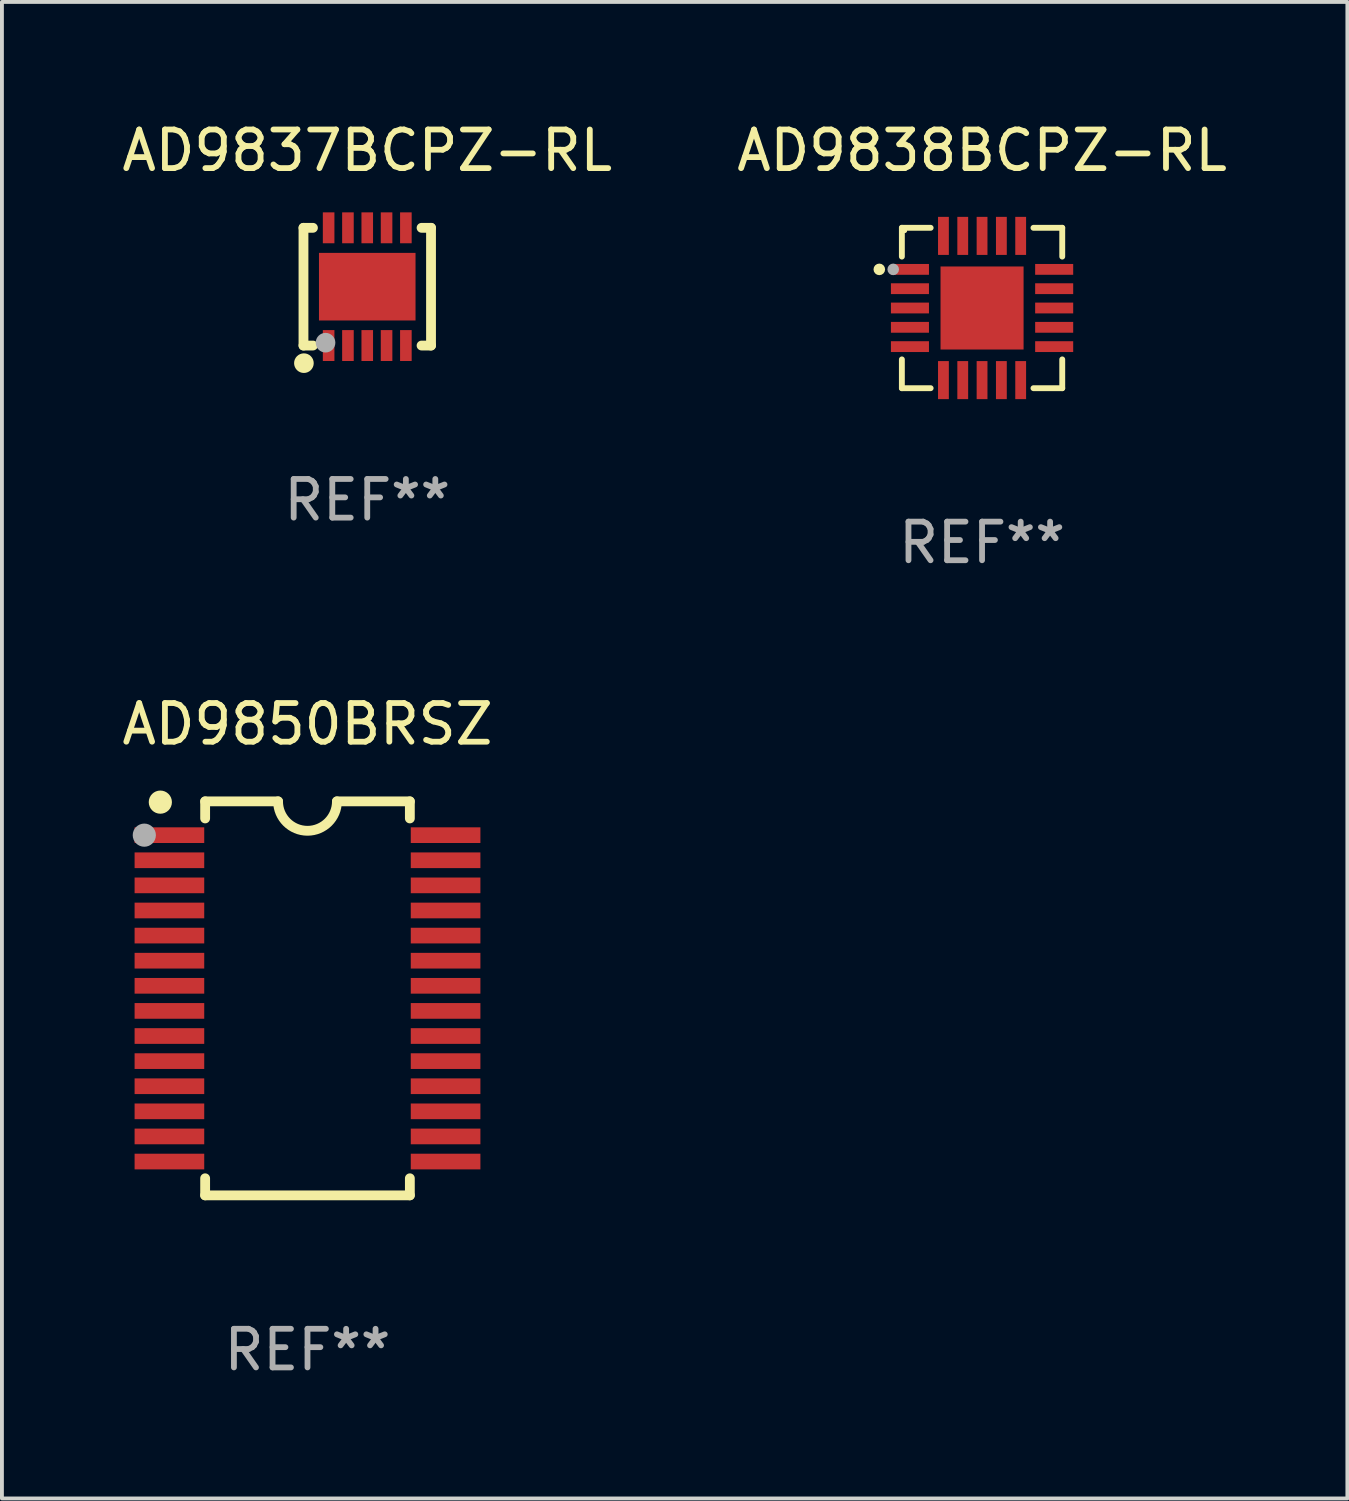
<source format=kicad_pcb>
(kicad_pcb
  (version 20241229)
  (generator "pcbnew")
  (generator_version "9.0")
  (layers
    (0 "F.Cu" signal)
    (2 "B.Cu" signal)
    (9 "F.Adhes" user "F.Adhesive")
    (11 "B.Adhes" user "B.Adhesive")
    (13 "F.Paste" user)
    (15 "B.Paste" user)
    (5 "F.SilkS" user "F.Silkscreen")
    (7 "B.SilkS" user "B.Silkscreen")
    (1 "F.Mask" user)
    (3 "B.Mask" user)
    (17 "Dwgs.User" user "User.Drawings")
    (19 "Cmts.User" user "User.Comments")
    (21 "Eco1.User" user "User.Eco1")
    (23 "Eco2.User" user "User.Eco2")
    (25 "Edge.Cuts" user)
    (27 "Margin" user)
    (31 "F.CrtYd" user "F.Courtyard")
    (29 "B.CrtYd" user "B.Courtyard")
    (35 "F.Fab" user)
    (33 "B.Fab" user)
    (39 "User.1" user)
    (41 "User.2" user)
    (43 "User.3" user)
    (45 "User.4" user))
  (footprint "AD9838BCPZ-RL"
    (layer "F.Cu")
    (at 22.375 4.924)
    (property "Reference" "AD9838BCPZ-RL" (at 0 -4.076 0) (layer "F.SilkS") (effects (font (size 1 1) (thickness 0.15))))
    (attr through_hole)
    (fp_line (start -2.076 -2.076) (end -2.076 -1.331) (stroke (width 0.152) (type solid)) (layer "F.SilkS"))
    (fp_line (start -2.076 2.076) (end -2.076 1.331) (stroke (width 0.152) (type solid)) (layer "F.SilkS"))
    (fp_line (start -1.331 -2.076) (end -2.076 -2.076) (stroke (width 0.152) (type solid)) (layer "F.SilkS"))
    (fp_line (start -1.331 2.076) (end -2.076 2.076) (stroke (width 0.152) (type solid)) (layer "F.SilkS"))
    (fp_line (start 1.331 -2.076) (end 2.076 -2.076) (stroke (width 0.152) (type solid)) (layer "F.SilkS"))
    (fp_line (start 1.331 2.076) (end 2.076 2.076) (stroke (width 0.152) (type solid)) (layer "F.SilkS"))
    (fp_line (start 2.076 -2.076) (end 2.076 -1.331) (stroke (width 0.152) (type solid)) (layer "F.SilkS"))
    (fp_line (start 2.076 2.076) (end 2.076 1.331) (stroke (width 0.152) (type solid)) (layer "F.SilkS"))
    (fp_circle (center -2.66 -1) (end -2.585 -1) (stroke (width 0.15) (type solid)) (fill no) (layer "F.SilkS"))
    (fp_circle (center -2 -2) (end -1.97 -2) (stroke (width 0.06) (type solid)) (fill no) (layer "F.SilkS"))
    (fp_circle (center -2.3 -1) (end -2.225 -1) (stroke (width 0.15) (type solid)) (fill no) (layer "F.Fab"))
    (fp_text user "REF**" (at 0 6.076 0) (layer "F.Fab") (effects (font (size 1 1) (thickness 0.15))))
    (pad "1" smd rect (at -1.867 -1) (size 0.985 0.28) (layers "F.Cu" "F.Mask" "F.Paste"))
    (pad "2" smd rect (at -1.867 -0.5) (size 0.985 0.28) (layers "F.Cu" "F.Mask" "F.Paste"))
    (pad "3" smd rect (at -1.867 0) (size 0.985 0.28) (layers "F.Cu" "F.Mask" "F.Paste"))
    (pad "4" smd rect (at -1.867 0.5) (size 0.985 0.28) (layers "F.Cu" "F.Mask" "F.Paste"))
    (pad "5" smd rect (at -1.867 1) (size 0.985 0.28) (layers "F.Cu" "F.Mask" "F.Paste"))
    (pad "6" smd rect (at -1 1.867) (size 0.28 0.985) (layers "F.Cu" "F.Mask" "F.Paste"))
    (pad "7" smd rect (at -0.5 1.867) (size 0.28 0.985) (layers "F.Cu" "F.Mask" "F.Paste"))
    (pad "8" smd rect (at 0 1.867) (size 0.28 0.985) (layers "F.Cu" "F.Mask" "F.Paste"))
    (pad "9" smd rect (at 0.5 1.867) (size 0.28 0.985) (layers "F.Cu" "F.Mask" "F.Paste"))
    (pad "10" smd rect (at 1 1.867) (size 0.28 0.985) (layers "F.Cu" "F.Mask" "F.Paste"))
    (pad "11" smd rect (at 1.867 1) (size 0.985 0.28) (layers "F.Cu" "F.Mask" "F.Paste"))
    (pad "12" smd rect (at 1.867 0.5) (size 0.985 0.28) (layers "F.Cu" "F.Mask" "F.Paste"))
    (pad "13" smd rect (at 1.867 0) (size 0.985 0.28) (layers "F.Cu" "F.Mask" "F.Paste"))
    (pad "14" smd rect (at 1.867 -0.5) (size 0.985 0.28) (layers "F.Cu" "F.Mask" "F.Paste"))
    (pad "15" smd rect (at 1.867 -1) (size 0.985 0.28) (layers "F.Cu" "F.Mask" "F.Paste"))
    (pad "16" smd rect (at 1 -1.867) (size 0.28 0.985) (layers "F.Cu" "F.Mask" "F.Paste"))
    (pad "17" smd rect (at 0.5 -1.867) (size 0.28 0.985) (layers "F.Cu" "F.Mask" "F.Paste"))
    (pad "18" smd rect (at 0 -1.867) (size 0.28 0.985) (layers "F.Cu" "F.Mask" "F.Paste"))
    (pad "19" smd rect (at -0.5 -1.867) (size 0.28 0.985) (layers "F.Cu" "F.Mask" "F.Paste"))
    (pad "20" smd rect (at -1 -1.867) (size 0.28 0.985) (layers "F.Cu" "F.Mask" "F.Paste"))
    (pad "21" smd rect (at 0 0) (size 2.15 2.15) (layers "F.Cu" "F.Mask" "F.Paste")))
  (footprint "AD9850BRSZ"
    (layer "F.Cu")
    (at 4.911 22.797)
    (property "Reference" "AD9850BRSZ" (at 0 -7.1 0) (layer "F.SilkS") (effects (font (size 1 1) (thickness 0.15))))
    (attr through_hole)
    (fp_line (start -2.65 -5.1) (end -0.762 -5.1) (stroke (width 0.254) (type solid)) (layer "F.SilkS"))
    (fp_line (start -2.65 -4.658) (end -2.65 -5.1) (stroke (width 0.254) (type solid)) (layer "F.SilkS"))
    (fp_line (start -2.65 5.1) (end -2.65 4.658) (stroke (width 0.254) (type solid)) (layer "F.SilkS"))
    (fp_line (start -2.65 5.1) (end 2.65 5.1) (stroke (width 0.254) (type solid)) (layer "F.SilkS"))
    (fp_line (start 2.65 -5.1) (end 0.762 -5.1) (stroke (width 0.254) (type solid)) (layer "F.SilkS"))
    (fp_line (start 2.65 -5.1) (end 2.65 -4.658) (stroke (width 0.254) (type solid)) (layer "F.SilkS"))
    (fp_line (start 2.65 4.658) (end 2.65 5.1) (stroke (width 0.254) (type solid)) (layer "F.SilkS"))
    (fp_arc (start 0.761925 -5.1) (mid -0.000241 -4.338329) (end -0.762077 -5.10033) (stroke (width 0.254001) (type solid)) (layer "F.SilkS"))
    (fp_circle (center -3.858 -5.07) (end -3.828 -5.07) (stroke (width 0.06) (type solid)) (fill no) (layer "F.SilkS"))
    (fp_circle (center -3.81 -5.08) (end -3.66 -5.08) (stroke (width 0.3) (type solid)) (fill no) (layer "F.SilkS"))
    (fp_circle (center -4.225 -4.225) (end -4.075 -4.225) (stroke (width 0.3) (type solid)) (fill no) (layer "F.Fab"))
    (fp_text user "REF**" (at 0 9.1 0) (layer "F.Fab") (effects (font (size 1 1) (thickness 0.15))))
    (pad "1" smd rect (at -3.575 -4.225) (size 1.803 0.406) (layers "F.Cu" "F.Mask" "F.Paste"))
    (pad "2" smd rect (at -3.575 -3.575) (size 1.803 0.406) (layers "F.Cu" "F.Mask" "F.Paste"))
    (pad "3" smd rect (at -3.575 -2.925) (size 1.803 0.406) (layers "F.Cu" "F.Mask" "F.Paste"))
    (pad "4" smd rect (at -3.575 -2.275) (size 1.803 0.406) (layers "F.Cu" "F.Mask" "F.Paste"))
    (pad "5" smd rect (at -3.575 -1.625) (size 1.803 0.406) (layers "F.Cu" "F.Mask" "F.Paste"))
    (pad "6" smd rect (at -3.575 -0.975) (size 1.803 0.406) (layers "F.Cu" "F.Mask" "F.Paste"))
    (pad "7" smd rect (at -3.575 -0.325) (size 1.803 0.406) (layers "F.Cu" "F.Mask" "F.Paste"))
    (pad "8" smd rect (at -3.575 0.325) (size 1.803 0.406) (layers "F.Cu" "F.Mask" "F.Paste"))
    (pad "9" smd rect (at -3.575 0.975) (size 1.803 0.406) (layers "F.Cu" "F.Mask" "F.Paste"))
    (pad "10" smd rect (at -3.575 1.625) (size 1.803 0.406) (layers "F.Cu" "F.Mask" "F.Paste"))
    (pad "11" smd rect (at -3.575 2.275) (size 1.803 0.406) (layers "F.Cu" "F.Mask" "F.Paste"))
    (pad "12" smd rect (at -3.575 2.925) (size 1.803 0.406) (layers "F.Cu" "F.Mask" "F.Paste"))
    (pad "13" smd rect (at -3.575 3.575) (size 1.803 0.406) (layers "F.Cu" "F.Mask" "F.Paste"))
    (pad "14" smd rect (at -3.575 4.225) (size 1.803 0.406) (layers "F.Cu" "F.Mask" "F.Paste"))
    (pad "15" smd rect (at 3.575 4.225) (size 1.803 0.406) (layers "F.Cu" "F.Mask" "F.Paste"))
    (pad "16" smd rect (at 3.575 3.575) (size 1.803 0.406) (layers "F.Cu" "F.Mask" "F.Paste"))
    (pad "17" smd rect (at 3.575 2.925) (size 1.803 0.406) (layers "F.Cu" "F.Mask" "F.Paste"))
    (pad "18" smd rect (at 3.575 2.275) (size 1.803 0.406) (layers "F.Cu" "F.Mask" "F.Paste"))
    (pad "19" smd rect (at 3.575 1.625) (size 1.803 0.406) (layers "F.Cu" "F.Mask" "F.Paste"))
    (pad "20" smd rect (at 3.575 0.975) (size 1.803 0.406) (layers "F.Cu" "F.Mask" "F.Paste"))
    (pad "21" smd rect (at 3.575 0.325) (size 1.803 0.406) (layers "F.Cu" "F.Mask" "F.Paste"))
    (pad "22" smd rect (at 3.575 -0.325) (size 1.803 0.406) (layers "F.Cu" "F.Mask" "F.Paste"))
    (pad "23" smd rect (at 3.575 -0.975) (size 1.803 0.406) (layers "F.Cu" "F.Mask" "F.Paste"))
    (pad "24" smd rect (at 3.575 -1.625) (size 1.803 0.406) (layers "F.Cu" "F.Mask" "F.Paste"))
    (pad "25" smd rect (at 3.575 -2.275) (size 1.803 0.406) (layers "F.Cu" "F.Mask" "F.Paste"))
    (pad "26" smd rect (at 3.575 -2.925) (size 1.803 0.406) (layers "F.Cu" "F.Mask" "F.Paste"))
    (pad "27" smd rect (at 3.575 -3.575) (size 1.803 0.406) (layers "F.Cu" "F.Mask" "F.Paste"))
    (pad "28" smd rect (at 3.575 -4.225) (size 1.803 0.406) (layers "F.Cu" "F.Mask" "F.Paste")))
  (footprint "AD9837BCPZ-RL"
    (layer "F.Cu")
    (at 6.458 4.372)
    (property "Reference" "AD9837BCPZ-RL" (at 0 -3.524 0) (layer "F.SilkS") (effects (font (size 1 1) (thickness 0.15))))
    (attr through_hole)
    (fp_line (start -1.651 -1.524) (end -1.651 1.524) (stroke (width 0.254) (type solid)) (layer "F.SilkS"))
    (fp_line (start -1.651 1.524) (end -1.406 1.524) (stroke (width 0.254) (type solid)) (layer "F.SilkS"))
    (fp_line (start -1.406 -1.524) (end -1.651 -1.524) (stroke (width 0.254) (type solid)) (layer "F.SilkS"))
    (fp_line (start 1.406 1.524) (end 1.651 1.524) (stroke (width 0.254) (type solid)) (layer "F.SilkS"))
    (fp_line (start 1.651 -1.524) (end 1.406 -1.524) (stroke (width 0.254) (type solid)) (layer "F.SilkS"))
    (fp_line (start 1.651 1.524) (end 1.651 -1.524) (stroke (width 0.254) (type solid)) (layer "F.SilkS"))
    (fp_circle (center -1.64 1.98) (end -1.513 1.98) (stroke (width 0.254) (type solid)) (fill no) (layer "F.SilkS"))
    (fp_circle (center -1.5 1.5) (end -1.47 1.5) (stroke (width 0.06) (type solid)) (fill no) (layer "F.SilkS"))
    (fp_circle (center -1.08 1.45) (end -0.953 1.45) (stroke (width 0.254) (type solid)) (fill no) (layer "F.Fab"))
    (fp_text user "REF**" (at 0 5.524 0) (layer "F.Fab") (effects (font (size 1 1) (thickness 0.15))))
    (pad "1" smd rect (at -1 1.524) (size 0.3 0.8) (layers "F.Cu" "F.Mask" "F.Paste"))
    (pad "2" smd rect (at -0.5 1.524) (size 0.3 0.8) (layers "F.Cu" "F.Mask" "F.Paste"))
    (pad "3" smd rect (at 0 1.524) (size 0.3 0.8) (layers "F.Cu" "F.Mask" "F.Paste"))
    (pad "4" smd rect (at 0.5 1.524) (size 0.3 0.8) (layers "F.Cu" "F.Mask" "F.Paste"))
    (pad "5" smd rect (at 1 1.524) (size 0.3 0.8) (layers "F.Cu" "F.Mask" "F.Paste"))
    (pad "6" smd rect (at 1 -1.524) (size 0.3 0.8) (layers "F.Cu" "F.Mask" "F.Paste"))
    (pad "7" smd rect (at 0.5 -1.524) (size 0.3 0.8) (layers "F.Cu" "F.Mask" "F.Paste"))
    (pad "8" smd rect (at 0 -1.524) (size 0.3 0.8) (layers "F.Cu" "F.Mask" "F.Paste"))
    (pad "9" smd rect (at -0.5 -1.524) (size 0.3 0.8) (layers "F.Cu" "F.Mask" "F.Paste"))
    (pad "10" smd rect (at -1 -1.524) (size 0.3 0.8) (layers "F.Cu" "F.Mask" "F.Paste"))
    (pad "11" smd rect (at 0 0) (size 2.5 1.75) (layers "F.Cu" "F.Mask" "F.Paste")))
  (gr_rect
    (start -3 -3)
    (end 31.833 35.745)
    (stroke (width 0.1) (type default))
    (fill no)
    (layer "Edge.Cuts")))
</source>
